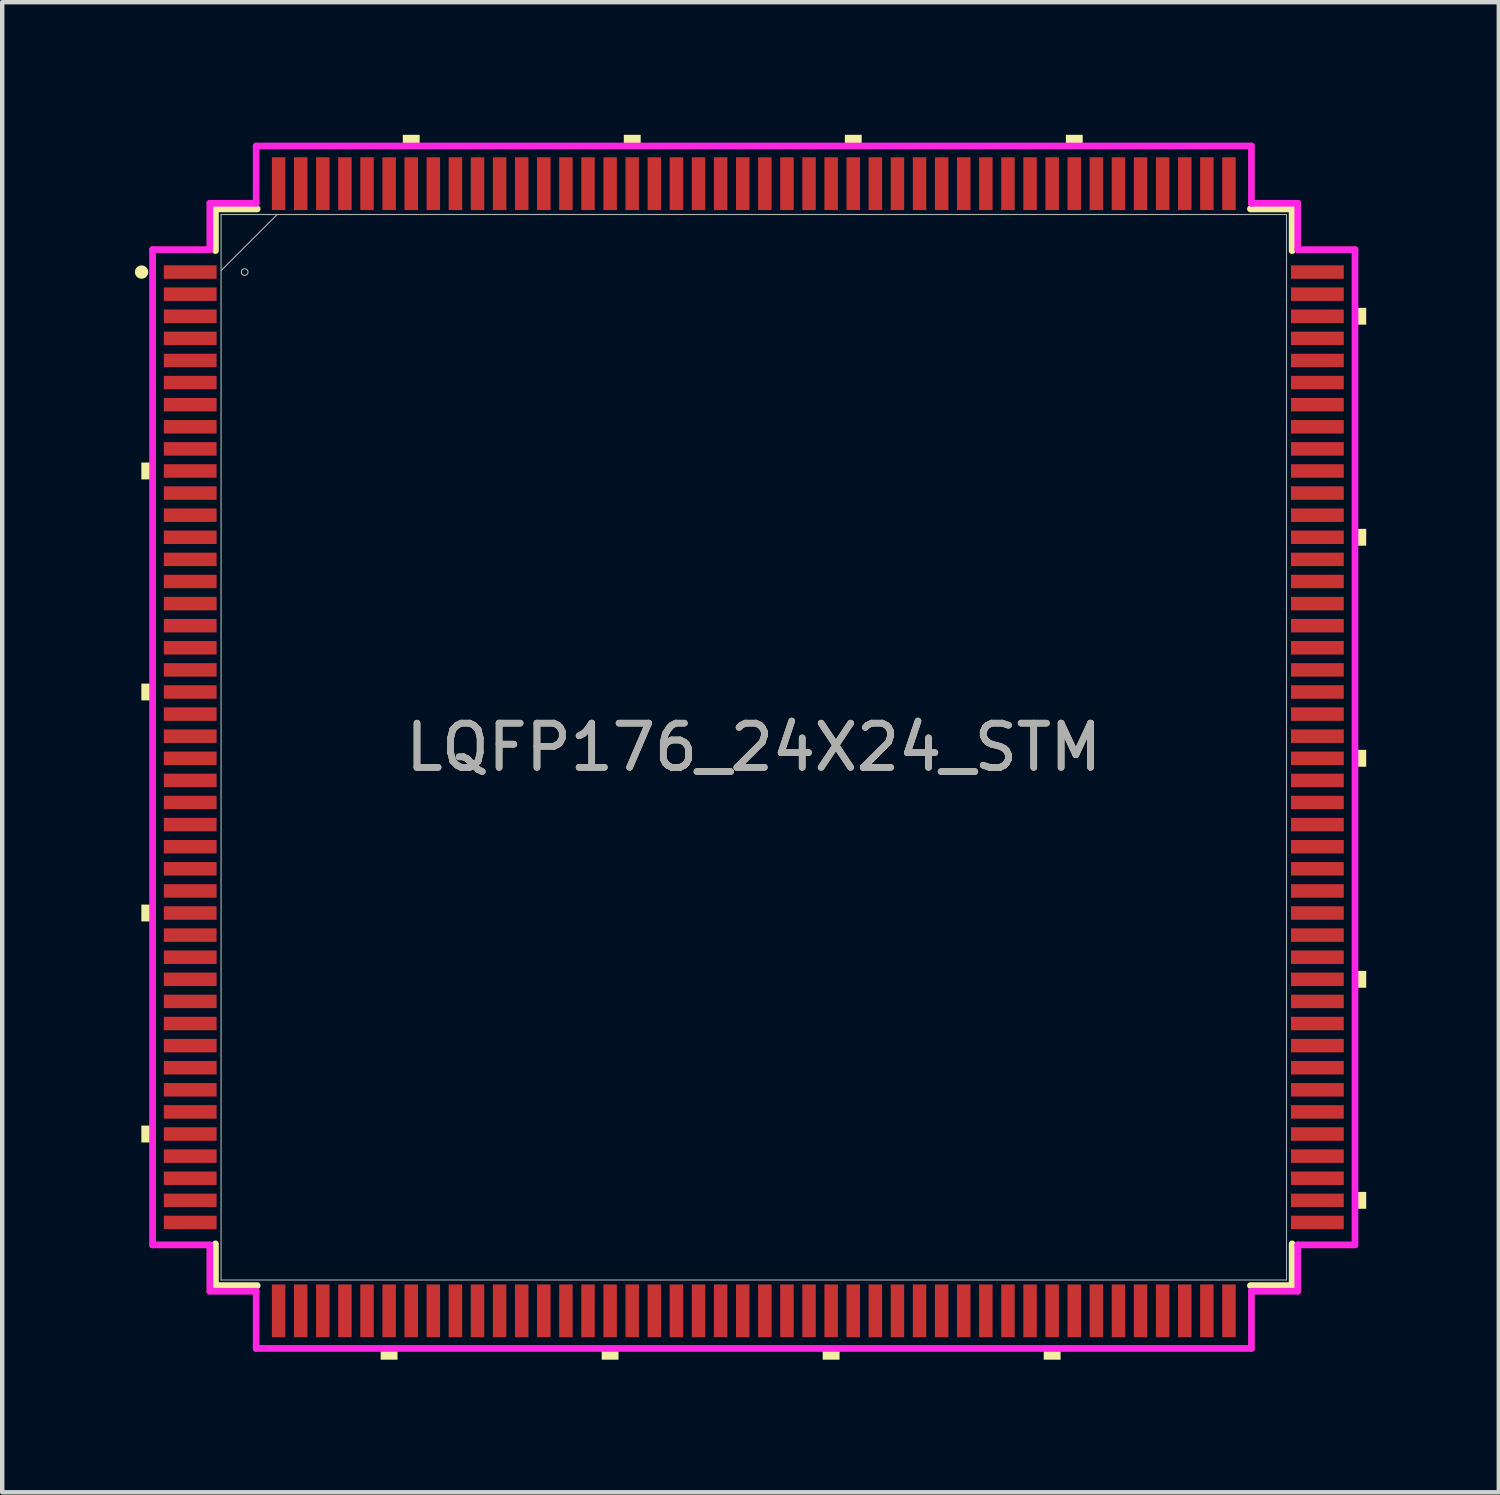
<source format=kicad_pcb>
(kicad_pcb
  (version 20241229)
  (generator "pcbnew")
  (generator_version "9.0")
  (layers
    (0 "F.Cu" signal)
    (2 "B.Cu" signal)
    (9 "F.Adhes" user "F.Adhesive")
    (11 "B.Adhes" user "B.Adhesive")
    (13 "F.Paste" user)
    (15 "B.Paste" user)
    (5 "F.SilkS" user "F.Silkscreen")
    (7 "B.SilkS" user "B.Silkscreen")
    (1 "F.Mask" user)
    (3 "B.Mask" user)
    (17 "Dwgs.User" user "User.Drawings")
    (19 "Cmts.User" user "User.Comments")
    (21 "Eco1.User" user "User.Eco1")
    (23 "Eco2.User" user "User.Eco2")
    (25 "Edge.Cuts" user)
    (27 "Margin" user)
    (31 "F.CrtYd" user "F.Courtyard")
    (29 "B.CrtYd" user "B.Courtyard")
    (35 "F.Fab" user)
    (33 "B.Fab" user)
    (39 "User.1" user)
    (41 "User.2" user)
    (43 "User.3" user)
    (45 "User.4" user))
  (footprint "LQFP176_24X24_STM"
    (layer "F.Cu")
    (at 14.003 13.855)
    (property "Reference" "LQFP176_24X24_STM" (at 0 0 0) (unlocked yes) (layer "F.SilkS") (effects (font (size 1 1) (thickness 0.15))))
    (attr smd)
    (fp_line (start -12.179 -12.179) (end -12.179 -11.235) (stroke (width 0.152) (type solid)) (layer "F.SilkS"))
    (fp_line (start -12.179 11.235) (end -12.179 12.179) (stroke (width 0.152) (type solid)) (layer "F.SilkS"))
    (fp_line (start -12.179 12.179) (end -11.235 12.179) (stroke (width 0.152) (type solid)) (layer "F.SilkS"))
    (fp_line (start -11.235 -12.179) (end -12.179 -12.179) (stroke (width 0.152) (type solid)) (layer "F.SilkS"))
    (fp_line (start 11.235 12.179) (end 12.179 12.179) (stroke (width 0.152) (type solid)) (layer "F.SilkS"))
    (fp_line (start 12.179 -12.179) (end 11.235 -12.179) (stroke (width 0.152) (type solid)) (layer "F.SilkS"))
    (fp_line (start 12.179 -11.235) (end 12.179 -12.179) (stroke (width 0.152) (type solid)) (layer "F.SilkS"))
    (fp_line (start 12.179 12.179) (end 12.179 11.235) (stroke (width 0.152) (type solid)) (layer "F.SilkS"))
    (fp_circle (center -13.851 -10.75) (end -13.775 -10.75) (stroke (width 0.152) (type solid)) (fill no) (layer "F.SilkS"))
    (fp_poly (pts (xy -13.855 -6.441) (xy -13.855 -6.059) (xy -13.601 -6.059) (xy -13.601 -6.441)) (stroke (width 0) (type solid)) (fill yes) (layer "F.SilkS"))
    (fp_poly (pts (xy -13.855 -1.44) (xy -13.855 -1.06) (xy -13.601 -1.06) (xy -13.601 -1.44)) (stroke (width 0) (type solid)) (fill yes) (layer "F.SilkS"))
    (fp_poly (pts (xy -13.855 3.559) (xy -13.855 3.941) (xy -13.601 3.941) (xy -13.601 3.559)) (stroke (width 0) (type solid)) (fill yes) (layer "F.SilkS"))
    (fp_poly (pts (xy -13.855 8.559) (xy -13.855 8.941) (xy -13.601 8.941) (xy -13.601 8.559)) (stroke (width 0) (type solid)) (fill yes) (layer "F.SilkS"))
    (fp_poly (pts (xy -8.441 13.601) (xy -8.441 13.855) (xy -8.06 13.855) (xy -8.06 13.601)) (stroke (width 0) (type solid)) (fill yes) (layer "F.SilkS"))
    (fp_poly (pts (xy -7.941 -13.601) (xy -7.941 -13.855) (xy -7.559 -13.855) (xy -7.559 -13.601)) (stroke (width 0) (type solid)) (fill yes) (layer "F.SilkS"))
    (fp_poly (pts (xy -3.441 13.601) (xy -3.441 13.855) (xy -3.06 13.855) (xy -3.06 13.601)) (stroke (width 0) (type solid)) (fill yes) (layer "F.SilkS"))
    (fp_poly (pts (xy -2.941 -13.601) (xy -2.941 -13.855) (xy -2.559 -13.855) (xy -2.559 -13.601)) (stroke (width 0) (type solid)) (fill yes) (layer "F.SilkS"))
    (fp_poly (pts (xy 1.559 13.601) (xy 1.559 13.855) (xy 1.94 13.855) (xy 1.94 13.601)) (stroke (width 0) (type solid)) (fill yes) (layer "F.SilkS"))
    (fp_poly (pts (xy 2.06 -13.601) (xy 2.06 -13.855) (xy 2.441 -13.855) (xy 2.441 -13.601)) (stroke (width 0) (type solid)) (fill yes) (layer "F.SilkS"))
    (fp_poly (pts (xy 6.559 13.601) (xy 6.559 13.855) (xy 6.94 13.855) (xy 6.94 13.601)) (stroke (width 0) (type solid)) (fill yes) (layer "F.SilkS"))
    (fp_poly (pts (xy 7.06 -13.601) (xy 7.06 -13.855) (xy 7.441 -13.855) (xy 7.441 -13.601)) (stroke (width 0) (type solid)) (fill yes) (layer "F.SilkS"))
    (fp_poly (pts (xy 13.855 -9.941) (xy 13.855 -9.56) (xy 13.601 -9.56) (xy 13.601 -9.941)) (stroke (width 0) (type solid)) (fill yes) (layer "F.SilkS"))
    (fp_poly (pts (xy 13.855 -4.941) (xy 13.855 -4.56) (xy 13.601 -4.56) (xy 13.601 -4.941)) (stroke (width 0) (type solid)) (fill yes) (layer "F.SilkS"))
    (fp_poly (pts (xy 13.855 0.059) (xy 13.855 0.441) (xy 13.601 0.441) (xy 13.601 0.059)) (stroke (width 0) (type solid)) (fill yes) (layer "F.SilkS"))
    (fp_poly (pts (xy 13.855 5.059) (xy 13.855 5.441) (xy 13.601 5.441) (xy 13.601 5.059)) (stroke (width 0) (type solid)) (fill yes) (layer "F.SilkS"))
    (fp_poly (pts (xy 13.855 10.059) (xy 13.855 10.441) (xy 13.601 10.441) (xy 13.601 10.059)) (stroke (width 0) (type solid)) (fill yes) (layer "F.SilkS"))
    (fp_line (start -13.601 -11.258) (end -12.306 -11.258) (stroke (width 0.152) (type solid)) (layer "F.CrtYd"))
    (fp_line (start -13.601 11.258) (end -13.601 -11.258) (stroke (width 0.152) (type solid)) (layer "F.CrtYd"))
    (fp_line (start -12.306 -12.306) (end -11.258 -12.306) (stroke (width 0.152) (type solid)) (layer "F.CrtYd"))
    (fp_line (start -12.306 -11.258) (end -12.306 -12.306) (stroke (width 0.152) (type solid)) (layer "F.CrtYd"))
    (fp_line (start -12.306 11.258) (end -13.601 11.258) (stroke (width 0.152) (type solid)) (layer "F.CrtYd"))
    (fp_line (start -12.306 12.306) (end -12.306 11.258) (stroke (width 0.152) (type solid)) (layer "F.CrtYd"))
    (fp_line (start -11.258 -13.601) (end 11.258 -13.601) (stroke (width 0.152) (type solid)) (layer "F.CrtYd"))
    (fp_line (start -11.258 -12.306) (end -11.258 -13.601) (stroke (width 0.152) (type solid)) (layer "F.CrtYd"))
    (fp_line (start -11.258 12.306) (end -12.306 12.306) (stroke (width 0.152) (type solid)) (layer "F.CrtYd"))
    (fp_line (start -11.258 13.601) (end -11.258 12.306) (stroke (width 0.152) (type solid)) (layer "F.CrtYd"))
    (fp_line (start 11.258 -13.601) (end 11.258 -12.306) (stroke (width 0.152) (type solid)) (layer "F.CrtYd"))
    (fp_line (start 11.258 -12.306) (end 12.306 -12.306) (stroke (width 0.152) (type solid)) (layer "F.CrtYd"))
    (fp_line (start 11.258 12.306) (end 11.258 13.601) (stroke (width 0.152) (type solid)) (layer "F.CrtYd"))
    (fp_line (start 11.258 13.601) (end -11.258 13.601) (stroke (width 0.152) (type solid)) (layer "F.CrtYd"))
    (fp_line (start 12.306 -12.306) (end 12.306 -11.258) (stroke (width 0.152) (type solid)) (layer "F.CrtYd"))
    (fp_line (start 12.306 -11.258) (end 13.601 -11.258) (stroke (width 0.152) (type solid)) (layer "F.CrtYd"))
    (fp_line (start 12.306 11.258) (end 12.306 12.306) (stroke (width 0.152) (type solid)) (layer "F.CrtYd"))
    (fp_line (start 12.306 12.306) (end 11.258 12.306) (stroke (width 0.152) (type solid)) (layer "F.CrtYd"))
    (fp_line (start 13.601 -11.258) (end 13.601 11.258) (stroke (width 0.152) (type solid)) (layer "F.CrtYd"))
    (fp_line (start 13.601 11.258) (end 12.306 11.258) (stroke (width 0.152) (type solid)) (layer "F.CrtYd"))
    (fp_line (start -12.052 -12.052) (end -12.052 12.052) (stroke (width 0.025) (type solid)) (layer "F.Fab"))
    (fp_line (start -12.052 -10.782) (end -10.782 -12.052) (stroke (width 0.025) (type solid)) (layer "F.Fab"))
    (fp_line (start -12.052 12.052) (end 12.052 12.052) (stroke (width 0.025) (type solid)) (layer "F.Fab"))
    (fp_line (start 12.052 -12.052) (end -12.052 -12.052) (stroke (width 0.025) (type solid)) (layer "F.Fab"))
    (fp_line (start 12.052 12.052) (end 12.052 -12.052) (stroke (width 0.025) (type solid)) (layer "F.Fab"))
    (fp_circle (center -11.518 -10.75) (end -11.442 -10.75) (stroke (width 0.025) (type solid)) (fill no) (layer "F.Fab"))
    (fp_text user "${REFERENCE}" (at 0 0 0) (unlocked yes) (layer "F.Fab") (effects (font (size 1 1) (thickness 0.15))))
    (pad "1" smd rect (at -12.75 -10.75) (size 1.194 0.305) (layers "F.Cu" "F.Mask" "F.Paste"))
    (pad "2" smd rect (at -12.75 -10.25) (size 1.194 0.305) (layers "F.Cu" "F.Mask" "F.Paste"))
    (pad "3" smd rect (at -12.75 -9.75) (size 1.194 0.305) (layers "F.Cu" "F.Mask" "F.Paste"))
    (pad "4" smd rect (at -12.75 -9.25) (size 1.194 0.305) (layers "F.Cu" "F.Mask" "F.Paste"))
    (pad "5" smd rect (at -12.75 -8.75) (size 1.194 0.305) (layers "F.Cu" "F.Mask" "F.Paste"))
    (pad "6" smd rect (at -12.75 -8.25) (size 1.194 0.305) (layers "F.Cu" "F.Mask" "F.Paste"))
    (pad "7" smd rect (at -12.75 -7.75) (size 1.194 0.305) (layers "F.Cu" "F.Mask" "F.Paste"))
    (pad "8" smd rect (at -12.75 -7.25) (size 1.194 0.305) (layers "F.Cu" "F.Mask" "F.Paste"))
    (pad "9" smd rect (at -12.75 -6.75) (size 1.194 0.305) (layers "F.Cu" "F.Mask" "F.Paste"))
    (pad "10" smd rect (at -12.75 -6.25) (size 1.194 0.305) (layers "F.Cu" "F.Mask" "F.Paste"))
    (pad "11" smd rect (at -12.75 -5.75) (size 1.194 0.305) (layers "F.Cu" "F.Mask" "F.Paste"))
    (pad "12" smd rect (at -12.75 -5.25) (size 1.194 0.305) (layers "F.Cu" "F.Mask" "F.Paste"))
    (pad "13" smd rect (at -12.75 -4.75) (size 1.194 0.305) (layers "F.Cu" "F.Mask" "F.Paste"))
    (pad "14" smd rect (at -12.75 -4.25) (size 1.194 0.305) (layers "F.Cu" "F.Mask" "F.Paste"))
    (pad "15" smd rect (at -12.75 -3.75) (size 1.194 0.305) (layers "F.Cu" "F.Mask" "F.Paste"))
    (pad "16" smd rect (at -12.75 -3.25) (size 1.194 0.305) (layers "F.Cu" "F.Mask" "F.Paste"))
    (pad "17" smd rect (at -12.75 -2.75) (size 1.194 0.305) (layers "F.Cu" "F.Mask" "F.Paste"))
    (pad "18" smd rect (at -12.75 -2.25) (size 1.194 0.305) (layers "F.Cu" "F.Mask" "F.Paste"))
    (pad "19" smd rect (at -12.75 -1.75) (size 1.194 0.305) (layers "F.Cu" "F.Mask" "F.Paste"))
    (pad "20" smd rect (at -12.75 -1.25) (size 1.194 0.305) (layers "F.Cu" "F.Mask" "F.Paste"))
    (pad "21" smd rect (at -12.75 -0.75) (size 1.194 0.305) (layers "F.Cu" "F.Mask" "F.Paste"))
    (pad "22" smd rect (at -12.75 -0.25) (size 1.194 0.305) (layers "F.Cu" "F.Mask" "F.Paste"))
    (pad "23" smd rect (at -12.75 0.25) (size 1.194 0.305) (layers "F.Cu" "F.Mask" "F.Paste"))
    (pad "24" smd rect (at -12.75 0.75) (size 1.194 0.305) (layers "F.Cu" "F.Mask" "F.Paste"))
    (pad "25" smd rect (at -12.75 1.25) (size 1.194 0.305) (layers "F.Cu" "F.Mask" "F.Paste"))
    (pad "26" smd rect (at -12.75 1.75) (size 1.194 0.305) (layers "F.Cu" "F.Mask" "F.Paste"))
    (pad "27" smd rect (at -12.75 2.25) (size 1.194 0.305) (layers "F.Cu" "F.Mask" "F.Paste"))
    (pad "28" smd rect (at -12.75 2.75) (size 1.194 0.305) (layers "F.Cu" "F.Mask" "F.Paste"))
    (pad "29" smd rect (at -12.75 3.25) (size 1.194 0.305) (layers "F.Cu" "F.Mask" "F.Paste"))
    (pad "30" smd rect (at -12.75 3.75) (size 1.194 0.305) (layers "F.Cu" "F.Mask" "F.Paste"))
    (pad "31" smd rect (at -12.75 4.25) (size 1.194 0.305) (layers "F.Cu" "F.Mask" "F.Paste"))
    (pad "32" smd rect (at -12.75 4.75) (size 1.194 0.305) (layers "F.Cu" "F.Mask" "F.Paste"))
    (pad "33" smd rect (at -12.75 5.25) (size 1.194 0.305) (layers "F.Cu" "F.Mask" "F.Paste"))
    (pad "34" smd rect (at -12.75 5.75) (size 1.194 0.305) (layers "F.Cu" "F.Mask" "F.Paste"))
    (pad "35" smd rect (at -12.75 6.25) (size 1.194 0.305) (layers "F.Cu" "F.Mask" "F.Paste"))
    (pad "36" smd rect (at -12.75 6.75) (size 1.194 0.305) (layers "F.Cu" "F.Mask" "F.Paste"))
    (pad "37" smd rect (at -12.75 7.25) (size 1.194 0.305) (layers "F.Cu" "F.Mask" "F.Paste"))
    (pad "38" smd rect (at -12.75 7.75) (size 1.194 0.305) (layers "F.Cu" "F.Mask" "F.Paste"))
    (pad "39" smd rect (at -12.75 8.25) (size 1.194 0.305) (layers "F.Cu" "F.Mask" "F.Paste"))
    (pad "40" smd rect (at -12.75 8.75) (size 1.194 0.305) (layers "F.Cu" "F.Mask" "F.Paste"))
    (pad "41" smd rect (at -12.75 9.25) (size 1.194 0.305) (layers "F.Cu" "F.Mask" "F.Paste"))
    (pad "42" smd rect (at -12.75 9.75) (size 1.194 0.305) (layers "F.Cu" "F.Mask" "F.Paste"))
    (pad "43" smd rect (at -12.75 10.25) (size 1.194 0.305) (layers "F.Cu" "F.Mask" "F.Paste"))
    (pad "44" smd rect (at -12.75 10.75) (size 1.194 0.305) (layers "F.Cu" "F.Mask" "F.Paste"))
    (pad "45" smd rect (at -10.75 12.75 90) (size 1.194 0.305) (layers "F.Cu" "F.Mask" "F.Paste"))
    (pad "46" smd rect (at -10.25 12.75 90) (size 1.194 0.305) (layers "F.Cu" "F.Mask" "F.Paste"))
    (pad "47" smd rect (at -9.75 12.75 90) (size 1.194 0.305) (layers "F.Cu" "F.Mask" "F.Paste"))
    (pad "48" smd rect (at -9.25 12.75 90) (size 1.194 0.305) (layers "F.Cu" "F.Mask" "F.Paste"))
    (pad "49" smd rect (at -8.75 12.75 90) (size 1.194 0.305) (layers "F.Cu" "F.Mask" "F.Paste"))
    (pad "50" smd rect (at -8.25 12.75 90) (size 1.194 0.305) (layers "F.Cu" "F.Mask" "F.Paste"))
    (pad "51" smd rect (at -7.75 12.75 90) (size 1.194 0.305) (layers "F.Cu" "F.Mask" "F.Paste"))
    (pad "52" smd rect (at -7.25 12.75 90) (size 1.194 0.305) (layers "F.Cu" "F.Mask" "F.Paste"))
    (pad "53" smd rect (at -6.75 12.75 90) (size 1.194 0.305) (layers "F.Cu" "F.Mask" "F.Paste"))
    (pad "54" smd rect (at -6.25 12.75 90) (size 1.194 0.305) (layers "F.Cu" "F.Mask" "F.Paste"))
    (pad "55" smd rect (at -5.75 12.75 90) (size 1.194 0.305) (layers "F.Cu" "F.Mask" "F.Paste"))
    (pad "56" smd rect (at -5.25 12.75 90) (size 1.194 0.305) (layers "F.Cu" "F.Mask" "F.Paste"))
    (pad "57" smd rect (at -4.75 12.75 90) (size 1.194 0.305) (layers "F.Cu" "F.Mask" "F.Paste"))
    (pad "58" smd rect (at -4.25 12.75 90) (size 1.194 0.305) (layers "F.Cu" "F.Mask" "F.Paste"))
    (pad "59" smd rect (at -3.75 12.75 90) (size 1.194 0.305) (layers "F.Cu" "F.Mask" "F.Paste"))
    (pad "60" smd rect (at -3.25 12.75 90) (size 1.194 0.305) (layers "F.Cu" "F.Mask" "F.Paste"))
    (pad "61" smd rect (at -2.75 12.75 90) (size 1.194 0.305) (layers "F.Cu" "F.Mask" "F.Paste"))
    (pad "62" smd rect (at -2.25 12.75 90) (size 1.194 0.305) (layers "F.Cu" "F.Mask" "F.Paste"))
    (pad "63" smd rect (at -1.75 12.75 90) (size 1.194 0.305) (layers "F.Cu" "F.Mask" "F.Paste"))
    (pad "64" smd rect (at -1.25 12.75 90) (size 1.194 0.305) (layers "F.Cu" "F.Mask" "F.Paste"))
    (pad "65" smd rect (at -0.75 12.75 90) (size 1.194 0.305) (layers "F.Cu" "F.Mask" "F.Paste"))
    (pad "66" smd rect (at -0.25 12.75 90) (size 1.194 0.305) (layers "F.Cu" "F.Mask" "F.Paste"))
    (pad "67" smd rect (at 0.25 12.75 90) (size 1.194 0.305) (layers "F.Cu" "F.Mask" "F.Paste"))
    (pad "68" smd rect (at 0.75 12.75 90) (size 1.194 0.305) (layers "F.Cu" "F.Mask" "F.Paste"))
    (pad "69" smd rect (at 1.25 12.75 90) (size 1.194 0.305) (layers "F.Cu" "F.Mask" "F.Paste"))
    (pad "70" smd rect (at 1.75 12.75 90) (size 1.194 0.305) (layers "F.Cu" "F.Mask" "F.Paste"))
    (pad "71" smd rect (at 2.25 12.75 90) (size 1.194 0.305) (layers "F.Cu" "F.Mask" "F.Paste"))
    (pad "72" smd rect (at 2.75 12.75 90) (size 1.194 0.305) (layers "F.Cu" "F.Mask" "F.Paste"))
    (pad "73" smd rect (at 3.25 12.75 90) (size 1.194 0.305) (layers "F.Cu" "F.Mask" "F.Paste"))
    (pad "74" smd rect (at 3.75 12.75 90) (size 1.194 0.305) (layers "F.Cu" "F.Mask" "F.Paste"))
    (pad "75" smd rect (at 4.25 12.75 90) (size 1.194 0.305) (layers "F.Cu" "F.Mask" "F.Paste"))
    (pad "76" smd rect (at 4.75 12.75 90) (size 1.194 0.305) (layers "F.Cu" "F.Mask" "F.Paste"))
    (pad "77" smd rect (at 5.25 12.75 90) (size 1.194 0.305) (layers "F.Cu" "F.Mask" "F.Paste"))
    (pad "78" smd rect (at 5.75 12.75 90) (size 1.194 0.305) (layers "F.Cu" "F.Mask" "F.Paste"))
    (pad "79" smd rect (at 6.25 12.75 90) (size 1.194 0.305) (layers "F.Cu" "F.Mask" "F.Paste"))
    (pad "80" smd rect (at 6.75 12.75 90) (size 1.194 0.305) (layers "F.Cu" "F.Mask" "F.Paste"))
    (pad "81" smd rect (at 7.25 12.75 90) (size 1.194 0.305) (layers "F.Cu" "F.Mask" "F.Paste"))
    (pad "82" smd rect (at 7.75 12.75 90) (size 1.194 0.305) (layers "F.Cu" "F.Mask" "F.Paste"))
    (pad "83" smd rect (at 8.25 12.75 90) (size 1.194 0.305) (layers "F.Cu" "F.Mask" "F.Paste"))
    (pad "84" smd rect (at 8.75 12.75 90) (size 1.194 0.305) (layers "F.Cu" "F.Mask" "F.Paste"))
    (pad "85" smd rect (at 9.25 12.75 90) (size 1.194 0.305) (layers "F.Cu" "F.Mask" "F.Paste"))
    (pad "86" smd rect (at 9.75 12.75 90) (size 1.194 0.305) (layers "F.Cu" "F.Mask" "F.Paste"))
    (pad "87" smd rect (at 10.25 12.75 90) (size 1.194 0.305) (layers "F.Cu" "F.Mask" "F.Paste"))
    (pad "88" smd rect (at 10.75 12.75 90) (size 1.194 0.305) (layers "F.Cu" "F.Mask" "F.Paste"))
    (pad "89" smd rect (at 12.75 10.75) (size 1.194 0.305) (layers "F.Cu" "F.Mask" "F.Paste"))
    (pad "90" smd rect (at 12.75 10.25) (size 1.194 0.305) (layers "F.Cu" "F.Mask" "F.Paste"))
    (pad "91" smd rect (at 12.75 9.75) (size 1.194 0.305) (layers "F.Cu" "F.Mask" "F.Paste"))
    (pad "92" smd rect (at 12.75 9.25) (size 1.194 0.305) (layers "F.Cu" "F.Mask" "F.Paste"))
    (pad "93" smd rect (at 12.75 8.75) (size 1.194 0.305) (layers "F.Cu" "F.Mask" "F.Paste"))
    (pad "94" smd rect (at 12.75 8.25) (size 1.194 0.305) (layers "F.Cu" "F.Mask" "F.Paste"))
    (pad "95" smd rect (at 12.75 7.75) (size 1.194 0.305) (layers "F.Cu" "F.Mask" "F.Paste"))
    (pad "96" smd rect (at 12.75 7.25) (size 1.194 0.305) (layers "F.Cu" "F.Mask" "F.Paste"))
    (pad "97" smd rect (at 12.75 6.75) (size 1.194 0.305) (layers "F.Cu" "F.Mask" "F.Paste"))
    (pad "98" smd rect (at 12.75 6.25) (size 1.194 0.305) (layers "F.Cu" "F.Mask" "F.Paste"))
    (pad "99" smd rect (at 12.75 5.75) (size 1.194 0.305) (layers "F.Cu" "F.Mask" "F.Paste"))
    (pad "100" smd rect (at 12.75 5.25) (size 1.194 0.305) (layers "F.Cu" "F.Mask" "F.Paste"))
    (pad "101" smd rect (at 12.75 4.75) (size 1.194 0.305) (layers "F.Cu" "F.Mask" "F.Paste"))
    (pad "102" smd rect (at 12.75 4.25) (size 1.194 0.305) (layers "F.Cu" "F.Mask" "F.Paste"))
    (pad "103" smd rect (at 12.75 3.75) (size 1.194 0.305) (layers "F.Cu" "F.Mask" "F.Paste"))
    (pad "104" smd rect (at 12.75 3.25) (size 1.194 0.305) (layers "F.Cu" "F.Mask" "F.Paste"))
    (pad "105" smd rect (at 12.75 2.75) (size 1.194 0.305) (layers "F.Cu" "F.Mask" "F.Paste"))
    (pad "106" smd rect (at 12.75 2.25) (size 1.194 0.305) (layers "F.Cu" "F.Mask" "F.Paste"))
    (pad "107" smd rect (at 12.75 1.75) (size 1.194 0.305) (layers "F.Cu" "F.Mask" "F.Paste"))
    (pad "108" smd rect (at 12.75 1.25) (size 1.194 0.305) (layers "F.Cu" "F.Mask" "F.Paste"))
    (pad "109" smd rect (at 12.75 0.75) (size 1.194 0.305) (layers "F.Cu" "F.Mask" "F.Paste"))
    (pad "110" smd rect (at 12.75 0.25) (size 1.194 0.305) (layers "F.Cu" "F.Mask" "F.Paste"))
    (pad "111" smd rect (at 12.75 -0.25) (size 1.194 0.305) (layers "F.Cu" "F.Mask" "F.Paste"))
    (pad "112" smd rect (at 12.75 -0.75) (size 1.194 0.305) (layers "F.Cu" "F.Mask" "F.Paste"))
    (pad "113" smd rect (at 12.75 -1.25) (size 1.194 0.305) (layers "F.Cu" "F.Mask" "F.Paste"))
    (pad "114" smd rect (at 12.75 -1.75) (size 1.194 0.305) (layers "F.Cu" "F.Mask" "F.Paste"))
    (pad "115" smd rect (at 12.75 -2.25) (size 1.194 0.305) (layers "F.Cu" "F.Mask" "F.Paste"))
    (pad "116" smd rect (at 12.75 -2.75) (size 1.194 0.305) (layers "F.Cu" "F.Mask" "F.Paste"))
    (pad "117" smd rect (at 12.75 -3.25) (size 1.194 0.305) (layers "F.Cu" "F.Mask" "F.Paste"))
    (pad "118" smd rect (at 12.75 -3.75) (size 1.194 0.305) (layers "F.Cu" "F.Mask" "F.Paste"))
    (pad "119" smd rect (at 12.75 -4.25) (size 1.194 0.305) (layers "F.Cu" "F.Mask" "F.Paste"))
    (pad "120" smd rect (at 12.75 -4.75) (size 1.194 0.305) (layers "F.Cu" "F.Mask" "F.Paste"))
    (pad "121" smd rect (at 12.75 -5.25) (size 1.194 0.305) (layers "F.Cu" "F.Mask" "F.Paste"))
    (pad "122" smd rect (at 12.75 -5.75) (size 1.194 0.305) (layers "F.Cu" "F.Mask" "F.Paste"))
    (pad "123" smd rect (at 12.75 -6.25) (size 1.194 0.305) (layers "F.Cu" "F.Mask" "F.Paste"))
    (pad "124" smd rect (at 12.75 -6.75) (size 1.194 0.305) (layers "F.Cu" "F.Mask" "F.Paste"))
    (pad "125" smd rect (at 12.75 -7.25) (size 1.194 0.305) (layers "F.Cu" "F.Mask" "F.Paste"))
    (pad "126" smd rect (at 12.75 -7.75) (size 1.194 0.305) (layers "F.Cu" "F.Mask" "F.Paste"))
    (pad "127" smd rect (at 12.75 -8.25) (size 1.194 0.305) (layers "F.Cu" "F.Mask" "F.Paste"))
    (pad "128" smd rect (at 12.75 -8.75) (size 1.194 0.305) (layers "F.Cu" "F.Mask" "F.Paste"))
    (pad "129" smd rect (at 12.75 -9.25) (size 1.194 0.305) (layers "F.Cu" "F.Mask" "F.Paste"))
    (pad "130" smd rect (at 12.75 -9.75) (size 1.194 0.305) (layers "F.Cu" "F.Mask" "F.Paste"))
    (pad "131" smd rect (at 12.75 -10.25) (size 1.194 0.305) (layers "F.Cu" "F.Mask" "F.Paste"))
    (pad "132" smd rect (at 12.75 -10.75) (size 1.194 0.305) (layers "F.Cu" "F.Mask" "F.Paste"))
    (pad "133" smd rect (at 10.75 -12.75 90) (size 1.194 0.305) (layers "F.Cu" "F.Mask" "F.Paste"))
    (pad "134" smd rect (at 10.25 -12.75 90) (size 1.194 0.305) (layers "F.Cu" "F.Mask" "F.Paste"))
    (pad "135" smd rect (at 9.75 -12.75 90) (size 1.194 0.305) (layers "F.Cu" "F.Mask" "F.Paste"))
    (pad "136" smd rect (at 9.25 -12.75 90) (size 1.194 0.305) (layers "F.Cu" "F.Mask" "F.Paste"))
    (pad "137" smd rect (at 8.75 -12.75 90) (size 1.194 0.305) (layers "F.Cu" "F.Mask" "F.Paste"))
    (pad "138" smd rect (at 8.25 -12.75 90) (size 1.194 0.305) (layers "F.Cu" "F.Mask" "F.Paste"))
    (pad "139" smd rect (at 7.75 -12.75 90) (size 1.194 0.305) (layers "F.Cu" "F.Mask" "F.Paste"))
    (pad "140" smd rect (at 7.25 -12.75 90) (size 1.194 0.305) (layers "F.Cu" "F.Mask" "F.Paste"))
    (pad "141" smd rect (at 6.75 -12.75 90) (size 1.194 0.305) (layers "F.Cu" "F.Mask" "F.Paste"))
    (pad "142" smd rect (at 6.25 -12.75 90) (size 1.194 0.305) (layers "F.Cu" "F.Mask" "F.Paste"))
    (pad "143" smd rect (at 5.75 -12.75 90) (size 1.194 0.305) (layers "F.Cu" "F.Mask" "F.Paste"))
    (pad "144" smd rect (at 5.25 -12.75 90) (size 1.194 0.305) (layers "F.Cu" "F.Mask" "F.Paste"))
    (pad "145" smd rect (at 4.75 -12.75 90) (size 1.194 0.305) (layers "F.Cu" "F.Mask" "F.Paste"))
    (pad "146" smd rect (at 4.25 -12.75 90) (size 1.194 0.305) (layers "F.Cu" "F.Mask" "F.Paste"))
    (pad "147" smd rect (at 3.75 -12.75 90) (size 1.194 0.305) (layers "F.Cu" "F.Mask" "F.Paste"))
    (pad "148" smd rect (at 3.25 -12.75 90) (size 1.194 0.305) (layers "F.Cu" "F.Mask" "F.Paste"))
    (pad "149" smd rect (at 2.75 -12.75 90) (size 1.194 0.305) (layers "F.Cu" "F.Mask" "F.Paste"))
    (pad "150" smd rect (at 2.25 -12.75 90) (size 1.194 0.305) (layers "F.Cu" "F.Mask" "F.Paste"))
    (pad "151" smd rect (at 1.75 -12.75 90) (size 1.194 0.305) (layers "F.Cu" "F.Mask" "F.Paste"))
    (pad "152" smd rect (at 1.25 -12.75 90) (size 1.194 0.305) (layers "F.Cu" "F.Mask" "F.Paste"))
    (pad "153" smd rect (at 0.75 -12.75 90) (size 1.194 0.305) (layers "F.Cu" "F.Mask" "F.Paste"))
    (pad "154" smd rect (at 0.25 -12.75 90) (size 1.194 0.305) (layers "F.Cu" "F.Mask" "F.Paste"))
    (pad "155" smd rect (at -0.25 -12.75 90) (size 1.194 0.305) (layers "F.Cu" "F.Mask" "F.Paste"))
    (pad "156" smd rect (at -0.75 -12.75 90) (size 1.194 0.305) (layers "F.Cu" "F.Mask" "F.Paste"))
    (pad "157" smd rect (at -1.25 -12.75 90) (size 1.194 0.305) (layers "F.Cu" "F.Mask" "F.Paste"))
    (pad "158" smd rect (at -1.75 -12.75 90) (size 1.194 0.305) (layers "F.Cu" "F.Mask" "F.Paste"))
    (pad "159" smd rect (at -2.25 -12.75 90) (size 1.194 0.305) (layers "F.Cu" "F.Mask" "F.Paste"))
    (pad "160" smd rect (at -2.75 -12.75 90) (size 1.194 0.305) (layers "F.Cu" "F.Mask" "F.Paste"))
    (pad "161" smd rect (at -3.25 -12.75 90) (size 1.194 0.305) (layers "F.Cu" "F.Mask" "F.Paste"))
    (pad "162" smd rect (at -3.75 -12.75 90) (size 1.194 0.305) (layers "F.Cu" "F.Mask" "F.Paste"))
    (pad "163" smd rect (at -4.25 -12.75 90) (size 1.194 0.305) (layers "F.Cu" "F.Mask" "F.Paste"))
    (pad "164" smd rect (at -4.75 -12.75 90) (size 1.194 0.305) (layers "F.Cu" "F.Mask" "F.Paste"))
    (pad "165" smd rect (at -5.25 -12.75 90) (size 1.194 0.305) (layers "F.Cu" "F.Mask" "F.Paste"))
    (pad "166" smd rect (at -5.75 -12.75 90) (size 1.194 0.305) (layers "F.Cu" "F.Mask" "F.Paste"))
    (pad "167" smd rect (at -6.25 -12.75 90) (size 1.194 0.305) (layers "F.Cu" "F.Mask" "F.Paste"))
    (pad "168" smd rect (at -6.75 -12.75 90) (size 1.194 0.305) (layers "F.Cu" "F.Mask" "F.Paste"))
    (pad "169" smd rect (at -7.25 -12.75 90) (size 1.194 0.305) (layers "F.Cu" "F.Mask" "F.Paste"))
    (pad "170" smd rect (at -7.75 -12.75 90) (size 1.194 0.305) (layers "F.Cu" "F.Mask" "F.Paste"))
    (pad "171" smd rect (at -8.25 -12.75 90) (size 1.194 0.305) (layers "F.Cu" "F.Mask" "F.Paste"))
    (pad "172" smd rect (at -8.75 -12.75 90) (size 1.194 0.305) (layers "F.Cu" "F.Mask" "F.Paste"))
    (pad "173" smd rect (at -9.25 -12.75 90) (size 1.194 0.305) (layers "F.Cu" "F.Mask" "F.Paste"))
    (pad "174" smd rect (at -9.75 -12.75 90) (size 1.194 0.305) (layers "F.Cu" "F.Mask" "F.Paste"))
    (pad "175" smd rect (at -10.25 -12.75 90) (size 1.194 0.305) (layers "F.Cu" "F.Mask" "F.Paste"))
    (pad "176" smd rect (at -10.75 -12.75 90) (size 1.194 0.305) (layers "F.Cu" "F.Mask" "F.Paste")))
  (gr_rect
    (start -3 -3)
    (end 30.858 30.71)
    (stroke (width 0.1) (type default))
    (fill no)
    (layer "Edge.Cuts")))
</source>
